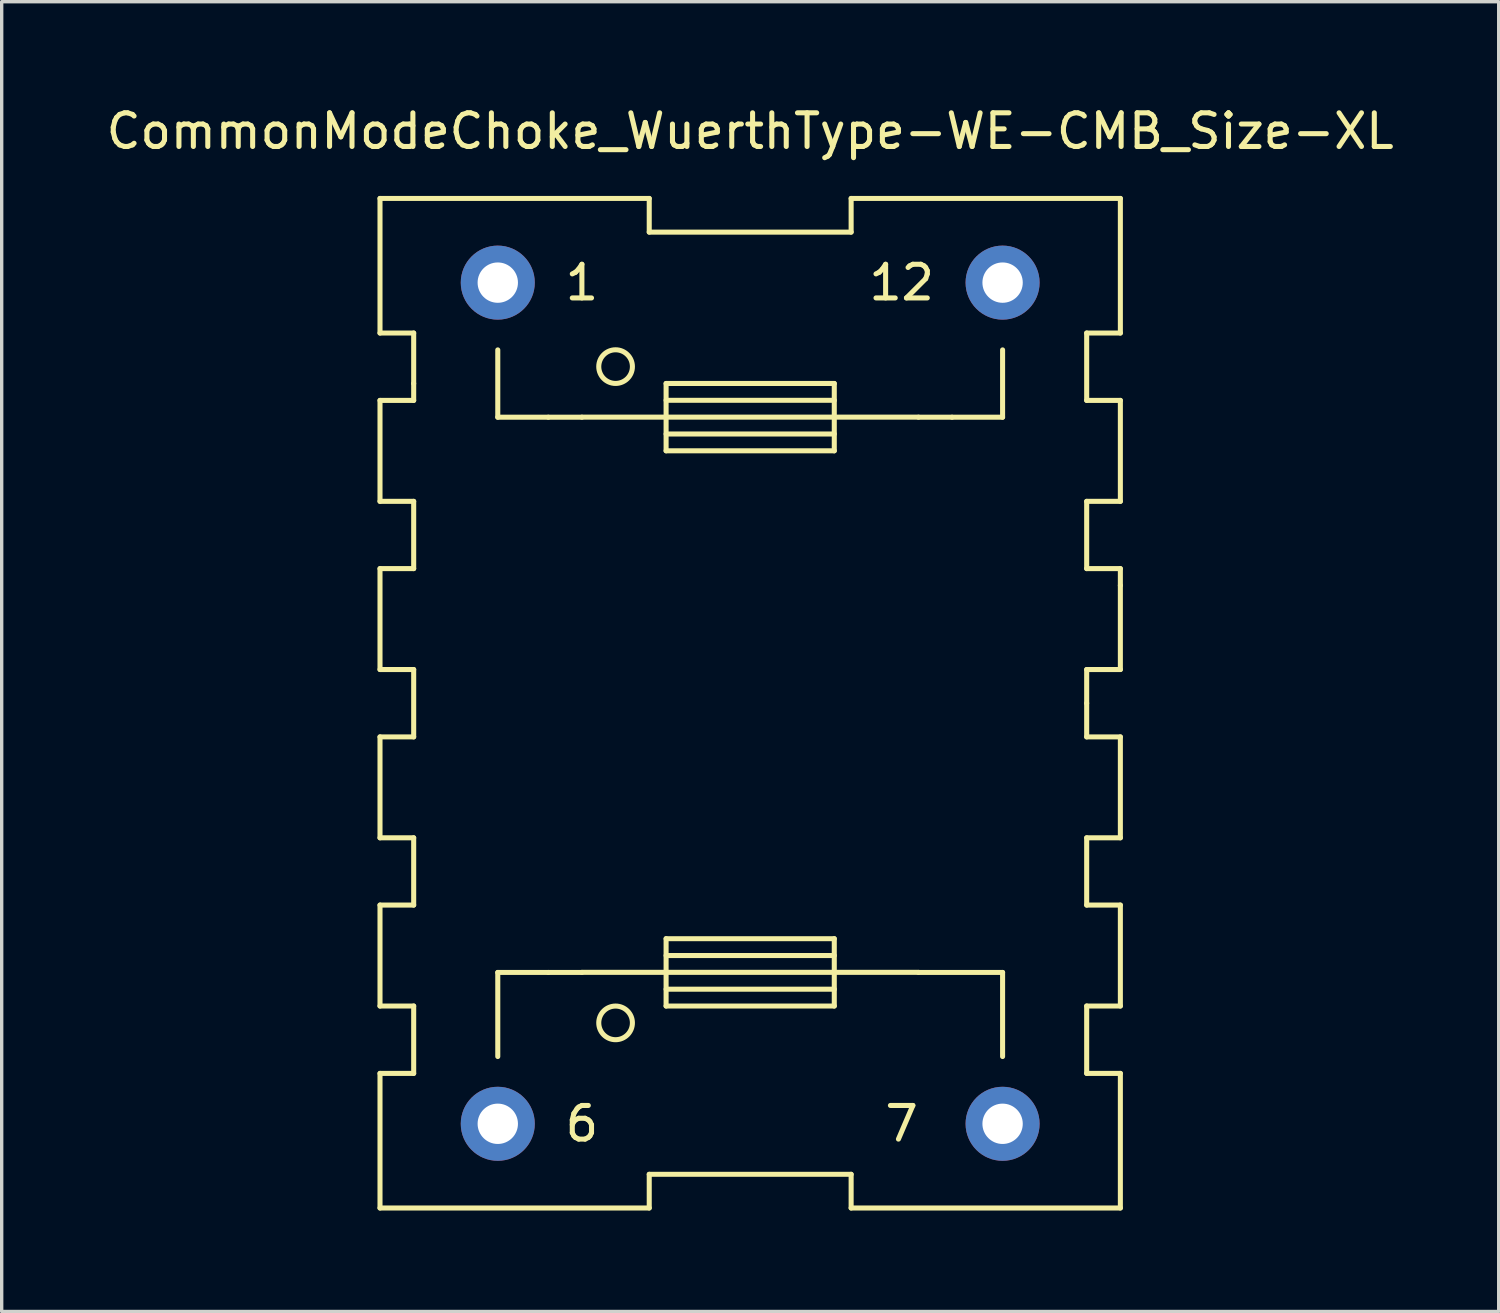
<source format=kicad_pcb>
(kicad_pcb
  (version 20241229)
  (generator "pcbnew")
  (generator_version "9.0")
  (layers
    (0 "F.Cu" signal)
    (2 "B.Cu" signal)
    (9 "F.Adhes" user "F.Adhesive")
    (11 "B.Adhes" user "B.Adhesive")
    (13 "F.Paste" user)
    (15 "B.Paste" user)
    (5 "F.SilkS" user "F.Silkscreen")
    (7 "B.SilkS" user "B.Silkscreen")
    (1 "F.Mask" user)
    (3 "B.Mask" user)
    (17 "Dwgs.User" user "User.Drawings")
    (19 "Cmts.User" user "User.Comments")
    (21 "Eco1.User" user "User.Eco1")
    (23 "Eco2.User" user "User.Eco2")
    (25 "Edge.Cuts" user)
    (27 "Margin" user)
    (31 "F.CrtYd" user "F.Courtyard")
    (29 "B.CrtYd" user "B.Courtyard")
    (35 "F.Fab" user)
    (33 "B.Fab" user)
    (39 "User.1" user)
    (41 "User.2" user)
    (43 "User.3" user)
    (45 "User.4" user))
  (footprint "CommonModeChoke_WuerthType-WE-CMB_Size-XL"
    (layer "F.Cu")
    (at 19.244 17.848)
    (property "Reference" "CommonModeChoke_WuerthType-WE-CMB_Size-XL" (at 0 -17 0) (layer "F.SilkS") (effects (font (size 1 1) (thickness 0.15))))
    (attr through_hole)
    (fp_line (start -11.001 -15.001) (end -11.001 -11.001) (stroke (width 0.15) (type solid)) (layer "F.SilkS"))
    (fp_line (start -11.001 -11.001) (end -10 -11.001) (stroke (width 0.15) (type solid)) (layer "F.SilkS"))
    (fp_line (start -11.001 -8.999) (end -11.001 -5.999) (stroke (width 0.15) (type solid)) (layer "F.SilkS"))
    (fp_line (start -11.001 -5.999) (end -10 -5.999) (stroke (width 0.15) (type solid)) (layer "F.SilkS"))
    (fp_line (start -11.001 -4) (end -11.001 -1.001) (stroke (width 0.15) (type solid)) (layer "F.SilkS"))
    (fp_line (start -11.001 -1.001) (end -10 -1.001) (stroke (width 0.15) (type solid)) (layer "F.SilkS"))
    (fp_line (start -11.001 1.001) (end -11.001 4) (stroke (width 0.15) (type solid)) (layer "F.SilkS"))
    (fp_line (start -11.001 4) (end -10 4) (stroke (width 0.15) (type solid)) (layer "F.SilkS"))
    (fp_line (start -11.001 5.999) (end -11.001 8.999) (stroke (width 0.15) (type solid)) (layer "F.SilkS"))
    (fp_line (start -11.001 8.999) (end -10 8.999) (stroke (width 0.15) (type solid)) (layer "F.SilkS"))
    (fp_line (start -11.001 11.001) (end -11.001 15.001) (stroke (width 0.15) (type solid)) (layer "F.SilkS"))
    (fp_line (start -10 -11.001) (end -10 -9.5) (stroke (width 0.15) (type solid)) (layer "F.SilkS"))
    (fp_line (start -10 -9.5) (end -10 -8.999) (stroke (width 0.15) (type solid)) (layer "F.SilkS"))
    (fp_line (start -10 -8.999) (end -11.001 -8.999) (stroke (width 0.15) (type solid)) (layer "F.SilkS"))
    (fp_line (start -10 -5.999) (end -10 -4) (stroke (width 0.15) (type solid)) (layer "F.SilkS"))
    (fp_line (start -10 -4) (end -11.001 -4) (stroke (width 0.15) (type solid)) (layer "F.SilkS"))
    (fp_line (start -10 -1.001) (end -10 1.001) (stroke (width 0.15) (type solid)) (layer "F.SilkS"))
    (fp_line (start -10 1.001) (end -11.001 1.001) (stroke (width 0.15) (type solid)) (layer "F.SilkS"))
    (fp_line (start -10 4) (end -10 5.999) (stroke (width 0.15) (type solid)) (layer "F.SilkS"))
    (fp_line (start -10 5.999) (end -11.001 5.999) (stroke (width 0.15) (type solid)) (layer "F.SilkS"))
    (fp_line (start -10 8.999) (end -10 11.001) (stroke (width 0.15) (type solid)) (layer "F.SilkS"))
    (fp_line (start -10 11.001) (end -11.001 11.001) (stroke (width 0.15) (type solid)) (layer "F.SilkS"))
    (fp_line (start -7.501 -8.499) (end -7.501 -10.5) (stroke (width 0.15) (type solid)) (layer "F.SilkS"))
    (fp_line (start -7.501 8.001) (end -7.501 10.5) (stroke (width 0.15) (type solid)) (layer "F.SilkS"))
    (fp_line (start -5.999 -8.499) (end -7.501 -8.499) (stroke (width 0.15) (type solid)) (layer "F.SilkS"))
    (fp_line (start -5.999 8.001) (end -7.501 8.001) (stroke (width 0.15) (type solid)) (layer "F.SilkS"))
    (fp_line (start -5.001 -8.499) (end -5.999 -8.499) (stroke (width 0.15) (type solid)) (layer "F.SilkS"))
    (fp_line (start -5.001 7.998) (end -2.499 7.998) (stroke (width 0.15) (type solid)) (layer "F.SilkS"))
    (fp_line (start -5.001 8.001) (end -5.999 8.001) (stroke (width 0.15) (type solid)) (layer "F.SilkS"))
    (fp_line (start -3 -15.001) (end -11.001 -15.001) (stroke (width 0.15) (type solid)) (layer "F.SilkS"))
    (fp_line (start -3 -14) (end -3 -15.001) (stroke (width 0.15) (type solid)) (layer "F.SilkS"))
    (fp_line (start -3 14) (end -3 15.001) (stroke (width 0.15) (type solid)) (layer "F.SilkS"))
    (fp_line (start -3 15.001) (end -11.001 15.001) (stroke (width 0.15) (type solid)) (layer "F.SilkS"))
    (fp_line (start -2.499 -9.502) (end 0 -9.502) (stroke (width 0.15) (type solid)) (layer "F.SilkS"))
    (fp_line (start -2.499 -8.501) (end -5.001 -8.501) (stroke (width 0.15) (type solid)) (layer "F.SilkS"))
    (fp_line (start -2.499 -8.501) (end 2.499 -8.501) (stroke (width 0.15) (type solid)) (layer "F.SilkS"))
    (fp_line (start -2.499 -8.001) (end 2.499 -8.001) (stroke (width 0.15) (type solid)) (layer "F.SilkS"))
    (fp_line (start -2.499 -7.501) (end -2.499 -9.502) (stroke (width 0.15) (type solid)) (layer "F.SilkS"))
    (fp_line (start -2.499 6.998) (end 2.499 6.998) (stroke (width 0.15) (type solid)) (layer "F.SilkS"))
    (fp_line (start -2.499 8.499) (end 2.499 8.499) (stroke (width 0.15) (type solid)) (layer "F.SilkS"))
    (fp_line (start -2.499 8.999) (end -2.499 6.998) (stroke (width 0.15) (type solid)) (layer "F.SilkS"))
    (fp_line (start 0 -9.502) (end 2.499 -9.502) (stroke (width 0.15) (type solid)) (layer "F.SilkS"))
    (fp_line (start 2.499 -9.502) (end 2.499 -7.501) (stroke (width 0.15) (type solid)) (layer "F.SilkS"))
    (fp_line (start 2.499 -9.002) (end -2.499 -9.002) (stroke (width 0.15) (type solid)) (layer "F.SilkS"))
    (fp_line (start 2.499 -8.501) (end 5.001 -8.501) (stroke (width 0.15) (type solid)) (layer "F.SilkS"))
    (fp_line (start 2.499 -7.501) (end -2.499 -7.501) (stroke (width 0.15) (type solid)) (layer "F.SilkS"))
    (fp_line (start 2.499 6.998) (end 2.499 8.999) (stroke (width 0.15) (type solid)) (layer "F.SilkS"))
    (fp_line (start 2.499 7.498) (end -2.499 7.498) (stroke (width 0.15) (type solid)) (layer "F.SilkS"))
    (fp_line (start 2.499 7.998) (end -2.499 7.998) (stroke (width 0.15) (type solid)) (layer "F.SilkS"))
    (fp_line (start 2.499 8.999) (end -2.499 8.999) (stroke (width 0.15) (type solid)) (layer "F.SilkS"))
    (fp_line (start 3 -15.001) (end 3 -14) (stroke (width 0.15) (type solid)) (layer "F.SilkS"))
    (fp_line (start 3 -14) (end -3 -14) (stroke (width 0.15) (type solid)) (layer "F.SilkS"))
    (fp_line (start 3 14) (end -3 14) (stroke (width 0.15) (type solid)) (layer "F.SilkS"))
    (fp_line (start 3 15.001) (end 3 14) (stroke (width 0.15) (type solid)) (layer "F.SilkS"))
    (fp_line (start 5.001 -8.499) (end 5.999 -8.499) (stroke (width 0.15) (type solid)) (layer "F.SilkS"))
    (fp_line (start 5.001 7.998) (end 2.499 7.998) (stroke (width 0.15) (type solid)) (layer "F.SilkS"))
    (fp_line (start 5.001 8.001) (end 7.501 8.001) (stroke (width 0.15) (type solid)) (layer "F.SilkS"))
    (fp_line (start 5.999 -8.499) (end 7.501 -8.499) (stroke (width 0.15) (type solid)) (layer "F.SilkS"))
    (fp_line (start 7.501 -8.499) (end 7.501 -10.5) (stroke (width 0.15) (type solid)) (layer "F.SilkS"))
    (fp_line (start 7.501 8.001) (end 7.501 10.5) (stroke (width 0.15) (type solid)) (layer "F.SilkS"))
    (fp_line (start 10 -11.001) (end 11.001 -11.001) (stroke (width 0.15) (type solid)) (layer "F.SilkS"))
    (fp_line (start 10 -8.999) (end 10 -11.001) (stroke (width 0.15) (type solid)) (layer "F.SilkS"))
    (fp_line (start 10 -5.999) (end 11.001 -5.999) (stroke (width 0.15) (type solid)) (layer "F.SilkS"))
    (fp_line (start 10 -4) (end 10 -5.999) (stroke (width 0.15) (type solid)) (layer "F.SilkS"))
    (fp_line (start 10 -1.001) (end 11.001 -1.001) (stroke (width 0.15) (type solid)) (layer "F.SilkS"))
    (fp_line (start 10 0) (end 10 -1.001) (stroke (width 0.15) (type solid)) (layer "F.SilkS"))
    (fp_line (start 10 0) (end 10 1.001) (stroke (width 0.15) (type solid)) (layer "F.SilkS"))
    (fp_line (start 10 1.001) (end 11.001 1.001) (stroke (width 0.15) (type solid)) (layer "F.SilkS"))
    (fp_line (start 10 4) (end 10 5.999) (stroke (width 0.15) (type solid)) (layer "F.SilkS"))
    (fp_line (start 10 5.999) (end 11.001 5.999) (stroke (width 0.15) (type solid)) (layer "F.SilkS"))
    (fp_line (start 10 8.999) (end 10 11.001) (stroke (width 0.15) (type solid)) (layer "F.SilkS"))
    (fp_line (start 10 11.001) (end 11.001 11.001) (stroke (width 0.15) (type solid)) (layer "F.SilkS"))
    (fp_line (start 11.001 -15.001) (end 3 -15.001) (stroke (width 0.15) (type solid)) (layer "F.SilkS"))
    (fp_line (start 11.001 -11.001) (end 11.001 -15.001) (stroke (width 0.15) (type solid)) (layer "F.SilkS"))
    (fp_line (start 11.001 -8.999) (end 10 -8.999) (stroke (width 0.15) (type solid)) (layer "F.SilkS"))
    (fp_line (start 11.001 -5.999) (end 11.001 -8.999) (stroke (width 0.15) (type solid)) (layer "F.SilkS"))
    (fp_line (start 11.001 -4) (end 10 -4) (stroke (width 0.15) (type solid)) (layer "F.SilkS"))
    (fp_line (start 11.001 -3.5) (end 11.001 -4) (stroke (width 0.15) (type solid)) (layer "F.SilkS"))
    (fp_line (start 11.001 -1.001) (end 11.001 -3.5) (stroke (width 0.15) (type solid)) (layer "F.SilkS"))
    (fp_line (start 11.001 1.001) (end 11.001 4) (stroke (width 0.15) (type solid)) (layer "F.SilkS"))
    (fp_line (start 11.001 4) (end 10 4) (stroke (width 0.15) (type solid)) (layer "F.SilkS"))
    (fp_line (start 11.001 5.999) (end 11.001 8.999) (stroke (width 0.15) (type solid)) (layer "F.SilkS"))
    (fp_line (start 11.001 8.999) (end 10 8.999) (stroke (width 0.15) (type solid)) (layer "F.SilkS"))
    (fp_line (start 11.001 11.001) (end 11.001 15.001) (stroke (width 0.15) (type solid)) (layer "F.SilkS"))
    (fp_line (start 11.001 15.001) (end 3 15.001) (stroke (width 0.15) (type solid)) (layer "F.SilkS"))
    (fp_circle (center -4 -10.003) (end -3.5 -10.003) (stroke (width 0.15) (type solid)) (fill no) (layer "F.SilkS"))
    (fp_circle (center -4 9.5) (end -3.5 9.5) (stroke (width 0.15) (type solid)) (fill no) (layer "F.SilkS"))
    (fp_text user "12" (at 4.501 -12.499 0) (layer "F.SilkS") (effects (font (size 1 1) (thickness 0.15))))
    (fp_text user "6" (at -5.001 12.499 0) (layer "F.SilkS") (effects (font (size 1 1) (thickness 0.15))))
    (fp_text user "7" (at 4.501 12.499 0) (layer "F.SilkS") (effects (font (size 1 1) (thickness 0.15))))
    (fp_text user "1" (at -5.001 -12.499 0) (layer "F.SilkS") (effects (font (size 1 1) (thickness 0.15))))
    (pad "1" thru_hole circle (at -7.501 -12.499) (size 2.2 2.2) (drill 1.199) (layers "*.Cu" "*.Mask"))
    (pad "6" thru_hole circle (at -7.501 12.499) (size 2.2 2.2) (drill 1.199) (layers "*.Cu" "*.Mask"))
    (pad "7" thru_hole circle (at 7.501 12.499) (size 2.2 2.2) (drill 1.199) (layers "*.Cu" "*.Mask"))
    (pad "12" thru_hole circle (at 7.501 -12.499) (size 2.2 2.2) (drill 1.199) (layers "*.Cu" "*.Mask")))
  (gr_rect
    (start -3 -3)
    (end 41.488 35.925)
    (stroke (width 0.1) (type default))
    (fill no)
    (layer "Edge.Cuts")))
</source>
